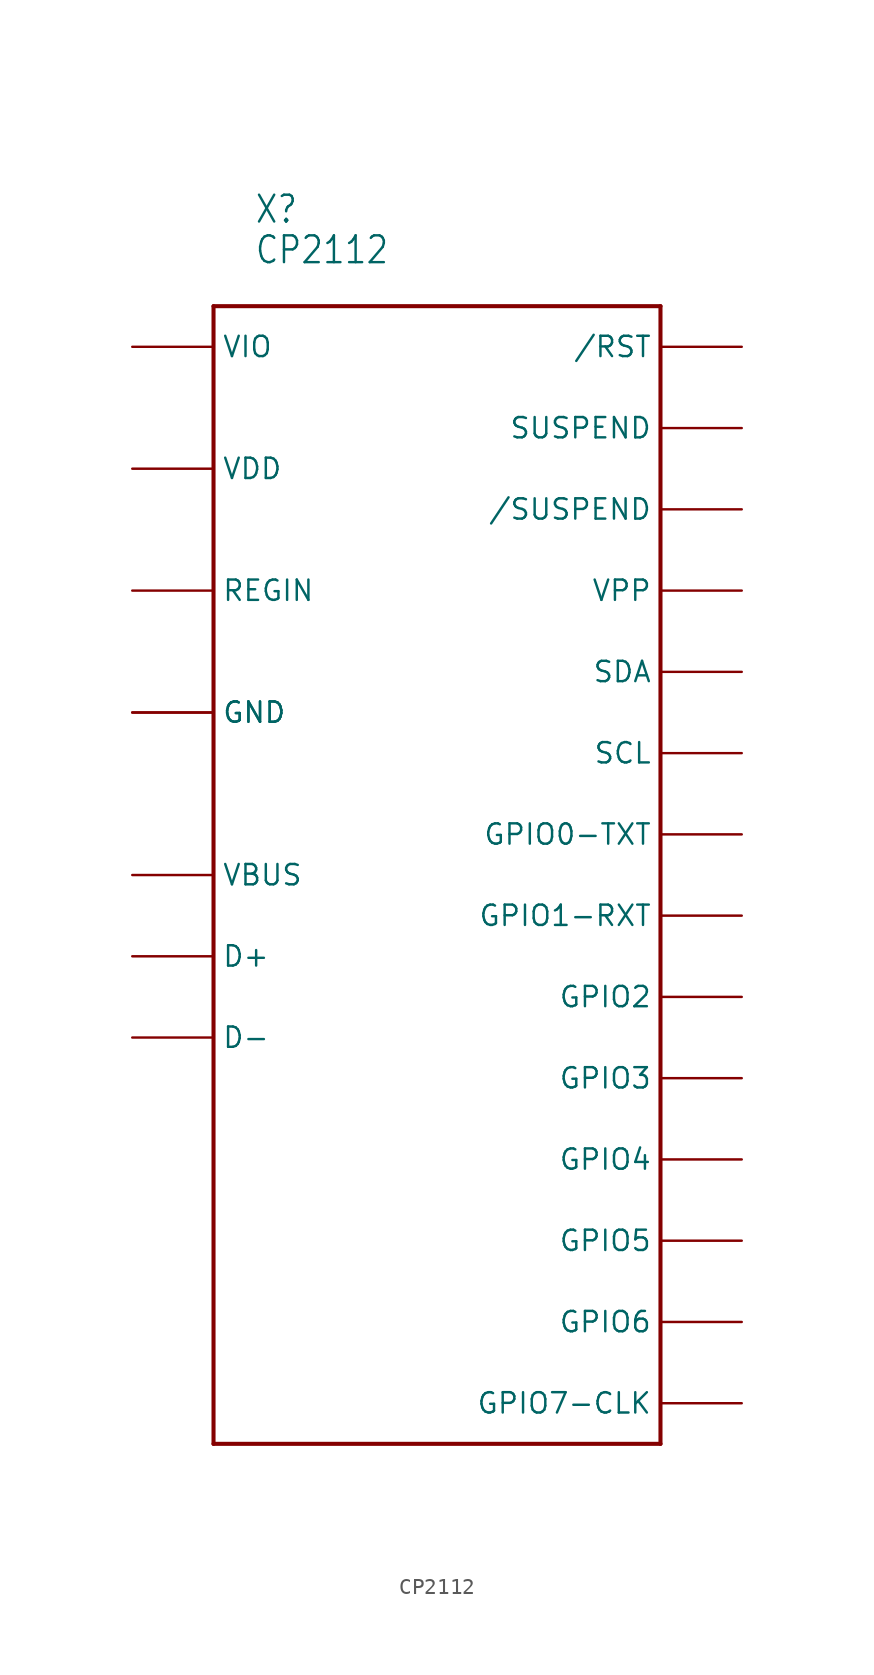
<source format=kicad_sym>
(kicad_symbol_lib
  (version 20211014)
  (generator kicad_symbol_editor)
  (symbol "CP2112"
    (property "Reference" "X"
      (at 63.5 30.48 0)
      (effects (font (size 1.676 1.425)) (justify left bottom)))
    (property "Value" "CP2112"
      (at 63.5 27.94 0)
      (effects (font (size 1.676 1.425)) (justify left bottom)))
    (property "ki_locked" ""
      (at 0 0 0)
      (effects (font (size 1.27 1.27))))
    (symbol "CP2112_1_0"
      (polyline (pts (xy 60.96 -45.72) (xy 60.96 25.4)) (stroke (width 0.254) (type default) (color 0 0 0 0)) (fill (type none)))
      (polyline (pts (xy 60.96 25.4) (xy 88.9 25.4)) (stroke (width 0.254) (type default) (color 0 0 0 0)) (fill (type none)))
      (polyline (pts (xy 88.9 -45.72) (xy 60.96 -45.72)) (stroke (width 0.254) (type default) (color 0 0 0 0)) (fill (type none)))
      (polyline (pts (xy 88.9 25.4) (xy 88.9 -45.72)) (stroke (width 0.254) (type default) (color 0 0 0 0)) (fill (type none)))
      (pin bidirectional line (at 93.98 2.54 180) (length 5.08) (name "SDA" (effects (font (size 1.27 1.27)))) (number "P$1" (effects (font (size 0 0)))))
      (pin bidirectional line (at 93.98 17.78 180) (length 5.08) (name "SUSPEND" (effects (font (size 1.27 1.27)))) (number "P$11" (effects (font (size 0 0)))))
      (pin bidirectional line (at 93.98 -43.18 180) (length 5.08) (name "GPIO7-CLK" (effects (font (size 1.27 1.27)))) (number "P$12" (effects (font (size 0 0)))))
      (pin bidirectional line (at 93.98 -38.1 180) (length 5.08) (name "GPIO6" (effects (font (size 1.27 1.27)))) (number "P$13" (effects (font (size 0 0)))))
      (pin bidirectional line (at 93.98 -33.02 180) (length 5.08) (name "GPIO5" (effects (font (size 1.27 1.27)))) (number "P$14" (effects (font (size 0 0)))))
      (pin bidirectional line (at 93.98 -27.94 180) (length 5.08) (name "GPIO4" (effects (font (size 1.27 1.27)))) (number "P$15" (effects (font (size 0 0)))))
      (pin bidirectional line (at 93.98 7.62 180) (length 5.08) (name "VPP" (effects (font (size 1.27 1.27)))) (number "P$16" (effects (font (size 0 0)))))
      (pin bidirectional line (at 93.98 12.7 180) (length 5.08) (name "/SUSPEND" (effects (font (size 1.27 1.27)))) (number "P$17" (effects (font (size 0 0)))))
      (pin bidirectional line (at 55.88 0 0) (length 5.08) (name "GND" (effects (font (size 1.27 1.27)))) (number "P$2" (effects (font (size 0 0)))))
      (pin bidirectional line (at 93.98 -22.86 180) (length 5.08) (name "GPIO3" (effects (font (size 1.27 1.27)))) (number "P$20" (effects (font (size 0 0)))))
      (pin bidirectional line (at 93.98 -17.78 180) (length 5.08) (name "GPIO2" (effects (font (size 1.27 1.27)))) (number "P$21" (effects (font (size 0 0)))))
      (pin bidirectional line (at 93.98 -12.7 180) (length 5.08) (name "GPIO1-RXT" (effects (font (size 1.27 1.27)))) (number "P$22" (effects (font (size 0 0)))))
      (pin bidirectional line (at 93.98 -7.62 180) (length 5.08) (name "GPIO0-TXT" (effects (font (size 1.27 1.27)))) (number "P$23" (effects (font (size 0 0)))))
      (pin bidirectional line (at 93.98 -2.54 180) (length 5.08) (name "SCL" (effects (font (size 1.27 1.27)))) (number "P$24" (effects (font (size 0 0)))))
      (pin bidirectional line (at 55.88 0 0) (length 5.08) (name "GND" (effects (font (size 1.27 1.27)))) (number "P$25" (effects (font (size 0 0)))))
      (pin bidirectional line (at 55.88 -15.24 0) (length 5.08) (name "D+" (effects (font (size 1.27 1.27)))) (number "P$3" (effects (font (size 0 0)))))
      (pin bidirectional line (at 55.88 -20.32 0) (length 5.08) (name "D-" (effects (font (size 1.27 1.27)))) (number "P$4" (effects (font (size 0 0)))))
      (pin bidirectional line (at 55.88 22.86 0) (length 5.08) (name "VIO" (effects (font (size 1.27 1.27)))) (number "P$5" (effects (font (size 0 0)))))
      (pin bidirectional line (at 55.88 15.24 0) (length 5.08) (name "VDD" (effects (font (size 1.27 1.27)))) (number "P$6" (effects (font (size 0 0)))))
      (pin bidirectional line (at 55.88 7.62 0) (length 5.08) (name "REGIN" (effects (font (size 1.27 1.27)))) (number "P$7" (effects (font (size 0 0)))))
      (pin bidirectional line (at 55.88 -10.16 0) (length 5.08) (name "VBUS" (effects (font (size 1.27 1.27)))) (number "P$8" (effects (font (size 0 0)))))
      (pin bidirectional line (at 93.98 22.86 180) (length 5.08) (name "/RST" (effects (font (size 1.27 1.27)))) (number "P$9" (effects (font (size 0 0))))))))
</source>
